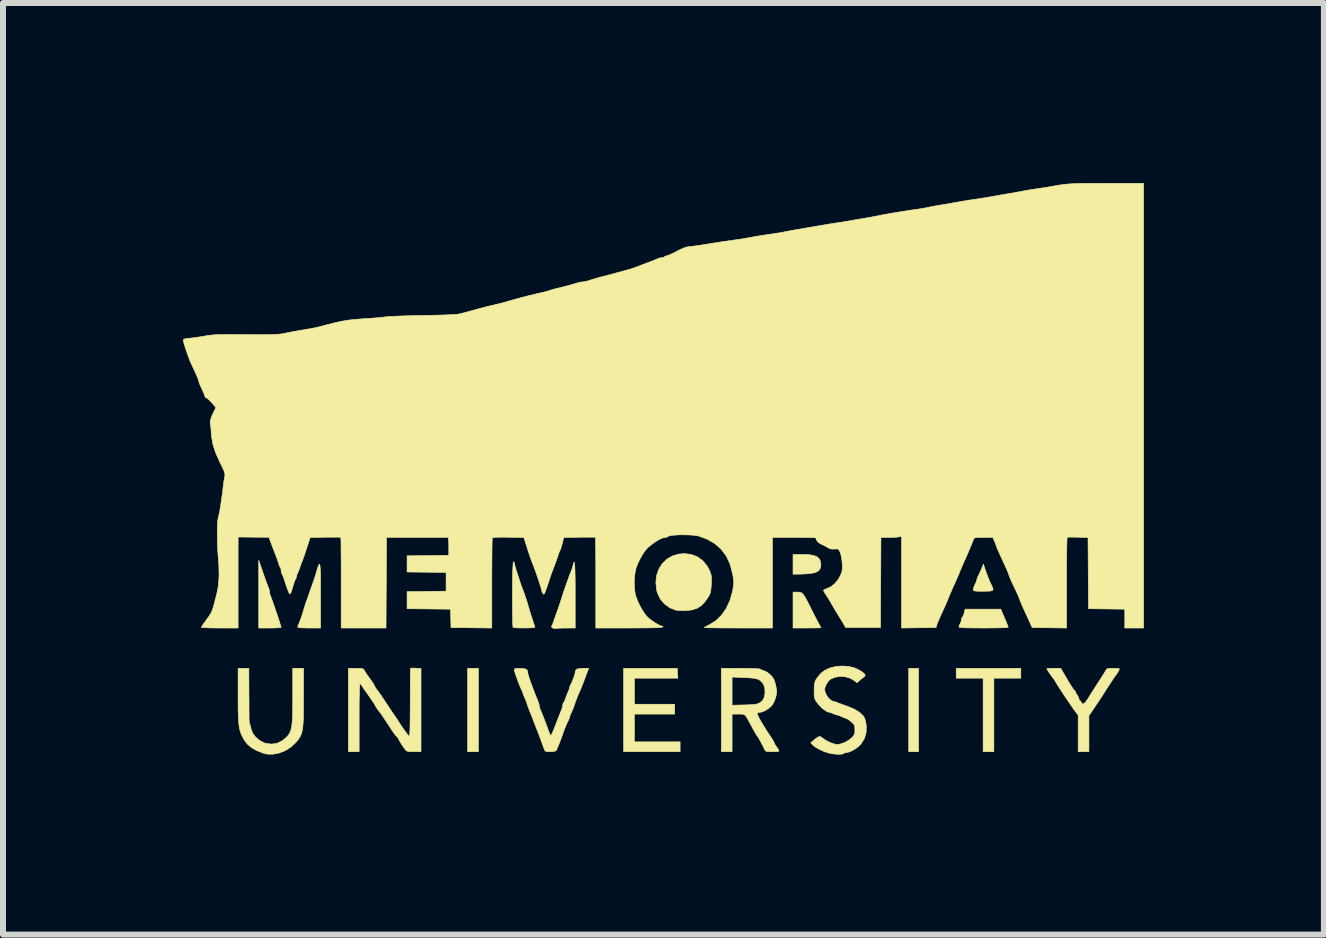
<source format=kicad_pcb>
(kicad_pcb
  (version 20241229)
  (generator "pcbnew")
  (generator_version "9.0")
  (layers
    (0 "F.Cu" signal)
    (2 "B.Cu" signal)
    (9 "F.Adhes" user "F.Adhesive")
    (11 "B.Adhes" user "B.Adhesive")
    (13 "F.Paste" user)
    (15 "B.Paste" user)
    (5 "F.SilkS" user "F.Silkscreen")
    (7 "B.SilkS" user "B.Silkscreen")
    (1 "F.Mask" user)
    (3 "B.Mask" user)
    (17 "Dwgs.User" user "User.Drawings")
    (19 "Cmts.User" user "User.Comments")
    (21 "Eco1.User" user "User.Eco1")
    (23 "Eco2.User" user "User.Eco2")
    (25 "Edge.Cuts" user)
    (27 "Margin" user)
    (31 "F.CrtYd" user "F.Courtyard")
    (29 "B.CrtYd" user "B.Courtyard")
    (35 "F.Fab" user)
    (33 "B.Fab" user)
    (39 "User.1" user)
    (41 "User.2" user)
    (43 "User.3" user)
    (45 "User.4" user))
  (footprint "munLogo"
    (layer "F.Cu")
    (at 8 4.756)
    (property "Reference" "munLogo" (at 0 0 0) (layer "F.SilkS") (effects (font (size 1.524 1.524) (thickness 0.3))))
    (attr through_hole)
    (fp_poly (pts (xy -3.078 4.721) (xy -3.257 4.721) (xy -3.257 3.332) (xy -3.078 3.332) (xy -3.078 4.721)) (stroke (width 0.01) (type solid)) (fill yes) (layer "F.SilkS"))
    (fp_poly (pts (xy 4.258 4.721) (xy 4.094 4.721) (xy 4.094 3.332) (xy 4.258 3.332) (xy 4.258 4.721)) (stroke (width 0.01) (type solid)) (fill yes) (layer "F.SilkS"))
    (fp_poly (pts (xy 5.962 3.496) (xy 5.513 3.496) (xy 5.513 4.721) (xy 5.334 4.721) (xy 5.334 3.496) (xy 4.886 3.496) (xy 4.886 3.332) (xy 5.962 3.332) (xy 5.962 3.496)) (stroke (width 0.01) (type solid)) (fill yes) (layer "F.SilkS"))
    (fp_poly (pts (xy 0.241 3.414) (xy 0.247 3.496) (xy -0.116 3.496) (xy -0.478 3.496) (xy -0.478 3.93) (xy 0.194 3.93) (xy 0.194 4.094) (xy -0.478 4.094) (xy -0.478 4.557) (xy 0.284 4.557) (xy 0.284 4.721) (xy -0.657 4.721) (xy -0.657 3.332) (xy 0.236 3.332) (xy 0.241 3.414)) (stroke (width 0.01) (type solid)) (fill yes) (layer "F.SilkS"))
    (fp_poly (pts (xy 2.431 1.438) (xy 2.513 1.452) (xy 2.571 1.476) (xy 2.607 1.512) (xy 2.626 1.562) (xy 2.63 1.607) (xy 2.623 1.657) (xy 2.602 1.695) (xy 2.562 1.724) (xy 2.503 1.743) (xy 2.42 1.755) (xy 2.311 1.761) (xy 2.275 1.762) (xy 2.166 1.763) (xy 2.166 1.434) (xy 2.324 1.434) (xy 2.431 1.438)) (stroke (width 0.01) (type solid)) (fill yes) (layer "F.SilkS"))
    (fp_poly (pts (xy 2.269 2.063) (xy 2.295 2.068) (xy 2.317 2.081) (xy 2.34 2.105) (xy 2.365 2.143) (xy 2.396 2.199) (xy 2.436 2.277) (xy 2.463 2.331) (xy 2.5 2.405) (xy 2.537 2.477) (xy 2.568 2.537) (xy 2.59 2.579) (xy 2.593 2.583) (xy 2.614 2.622) (xy 2.627 2.648) (xy 2.63 2.654) (xy 2.616 2.656) (xy 2.577 2.658) (xy 2.518 2.659) (xy 2.445 2.659) (xy 2.398 2.66) (xy 2.166 2.66) (xy 2.166 2.062) (xy 2.238 2.062) (xy 2.269 2.063)) (stroke (width 0.01) (type solid)) (fill yes) (layer "F.SilkS"))
    (fp_poly (pts (xy -6.664 1.748) (xy -6.637 1.825) (xy -6.612 1.894) (xy -6.592 1.948) (xy -6.578 1.983) (xy -6.574 1.991) (xy -6.562 2.026) (xy -6.559 2.054) (xy -6.553 2.095) (xy -6.545 2.118) (xy -6.536 2.139) (xy -6.52 2.182) (xy -6.499 2.242) (xy -6.474 2.313) (xy -6.449 2.388) (xy -6.423 2.464) (xy -6.4 2.533) (xy -6.382 2.591) (xy -6.369 2.631) (xy -6.365 2.649) (xy -6.379 2.653) (xy -6.417 2.656) (xy -6.474 2.659) (xy -6.544 2.66) (xy -6.552 2.66) (xy -6.738 2.66) (xy -6.738 2.095) (xy -6.738 1.531) (xy -6.664 1.748)) (stroke (width 0.01) (type solid)) (fill yes) (layer "F.SilkS"))
    (fp_poly (pts (xy 5.36 1.661) (xy 5.384 1.73) (xy 5.412 1.805) (xy 5.441 1.876) (xy 5.466 1.933) (xy 5.475 1.95) (xy 5.494 1.99) (xy 5.5 2.017) (xy 5.49 2.033) (xy 5.461 2.043) (xy 5.408 2.046) (xy 5.334 2.047) (xy 5.262 2.047) (xy 5.215 2.045) (xy 5.187 2.041) (xy 5.174 2.034) (xy 5.17 2.023) (xy 5.17 2.017) (xy 5.177 1.985) (xy 5.194 1.943) (xy 5.2 1.931) (xy 5.218 1.892) (xy 5.229 1.861) (xy 5.229 1.855) (xy 5.236 1.828) (xy 5.251 1.795) (xy 5.269 1.759) (xy 5.292 1.708) (xy 5.306 1.676) (xy 5.339 1.596) (xy 5.36 1.661)) (stroke (width 0.01) (type solid)) (fill yes) (layer "F.SilkS"))
    (fp_poly (pts (xy 5.69 2.491) (xy 5.716 2.552) (xy 5.736 2.603) (xy 5.749 2.637) (xy 5.752 2.648) (xy 5.738 2.651) (xy 5.698 2.654) (xy 5.635 2.656) (xy 5.554 2.658) (xy 5.458 2.659) (xy 5.352 2.66) (xy 5.341 2.66) (xy 5.214 2.659) (xy 5.114 2.658) (xy 5.039 2.657) (xy 4.986 2.654) (xy 4.952 2.65) (xy 4.935 2.645) (xy 4.931 2.641) (xy 4.938 2.615) (xy 4.953 2.585) (xy 4.969 2.545) (xy 4.975 2.514) (xy 4.98 2.488) (xy 4.987 2.48) (xy 4.998 2.467) (xy 5.011 2.434) (xy 5.017 2.413) (xy 5.035 2.346) (xy 5.628 2.346) (xy 5.69 2.491)) (stroke (width 0.01) (type solid)) (fill yes) (layer "F.SilkS"))
    (fp_poly (pts (xy -5.721 1.604) (xy -5.716 1.632) (xy -5.712 1.682) (xy -5.71 1.757) (xy -5.709 1.857) (xy -5.708 1.984) (xy -5.708 2.11) (xy -5.708 2.66) (xy -5.892 2.66) (xy -5.963 2.659) (xy -6.023 2.657) (xy -6.066 2.654) (xy -6.085 2.651) (xy -6.085 2.65) (xy -6.087 2.631) (xy -6.082 2.617) (xy -6.063 2.574) (xy -6.04 2.513) (xy -6.015 2.442) (xy -5.993 2.371) (xy -5.983 2.338) (xy -5.967 2.284) (xy -5.952 2.236) (xy -5.943 2.211) (xy -5.928 2.172) (xy -5.911 2.124) (xy -5.908 2.114) (xy -5.893 2.069) (xy -5.871 2.009) (xy -5.85 1.95) (xy -5.824 1.878) (xy -5.798 1.799) (xy -5.781 1.742) (xy -5.763 1.682) (xy -5.749 1.637) (xy -5.737 1.608) (xy -5.728 1.596) (xy -5.721 1.604)) (stroke (width 0.01) (type solid)) (fill yes) (layer "F.SilkS"))
    (fp_poly (pts (xy 0.466 1.433) (xy 0.571 1.473) (xy 0.661 1.538) (xy 0.734 1.626) (xy 0.769 1.69) (xy 0.788 1.736) (xy 0.8 1.774) (xy 0.806 1.814) (xy 0.806 1.866) (xy 0.804 1.928) (xy 0.799 2.003) (xy 0.791 2.056) (xy 0.78 2.095) (xy 0.762 2.13) (xy 0.761 2.131) (xy 0.698 2.223) (xy 0.634 2.289) (xy 0.563 2.333) (xy 0.479 2.359) (xy 0.381 2.369) (xy 0.317 2.37) (xy 0.259 2.368) (xy 0.217 2.363) (xy 0.214 2.362) (xy 0.11 2.321) (xy 0.021 2.256) (xy -0.049 2.171) (xy -0.095 2.071) (xy -0.106 2.03) (xy -0.12 1.905) (xy -0.108 1.788) (xy -0.073 1.683) (xy -0.016 1.591) (xy 0.059 1.516) (xy 0.152 1.46) (xy 0.26 1.428) (xy 0.349 1.42) (xy 0.466 1.433)) (stroke (width 0.01) (type solid)) (fill yes) (layer "F.SilkS"))
    (fp_poly (pts (xy -1.478 1.572) (xy -1.473 1.602) (xy -1.47 1.657) (xy -1.467 1.737) (xy -1.465 1.844) (xy -1.464 1.979) (xy -1.464 2.106) (xy -1.464 2.66) (xy -1.61 2.66) (xy -1.676 2.661) (xy -1.733 2.663) (xy -1.774 2.665) (xy -1.785 2.667) (xy -1.823 2.666) (xy -1.842 2.658) (xy -1.86 2.639) (xy -1.855 2.625) (xy -1.841 2.599) (xy -1.827 2.56) (xy -1.825 2.555) (xy -1.812 2.514) (xy -1.792 2.458) (xy -1.77 2.398) (xy -1.77 2.398) (xy -1.745 2.328) (xy -1.718 2.248) (xy -1.695 2.177) (xy -1.673 2.107) (xy -1.645 2.024) (xy -1.615 1.937) (xy -1.585 1.853) (xy -1.558 1.779) (xy -1.536 1.723) (xy -1.53 1.708) (xy -1.512 1.66) (xy -1.5 1.615) (xy -1.491 1.579) (xy -1.484 1.564) (xy -1.478 1.572)) (stroke (width 0.01) (type solid)) (fill yes) (layer "F.SilkS"))
    (fp_poly (pts (xy -2.478 1.58) (xy -2.473 1.602) (xy -2.465 1.636) (xy -2.449 1.689) (xy -2.428 1.755) (xy -2.405 1.826) (xy -2.383 1.895) (xy -2.363 1.952) (xy -2.348 1.992) (xy -2.347 1.995) (xy -2.328 2.044) (xy -2.304 2.112) (xy -2.278 2.19) (xy -2.254 2.267) (xy -2.242 2.311) (xy -2.221 2.38) (xy -2.197 2.458) (xy -2.175 2.525) (xy -2.157 2.579) (xy -2.143 2.621) (xy -2.137 2.646) (xy -2.137 2.648) (xy -2.15 2.652) (xy -2.187 2.656) (xy -2.24 2.658) (xy -2.301 2.659) (xy -2.364 2.659) (xy -2.423 2.658) (xy -2.469 2.655) (xy -2.496 2.651) (xy -2.5 2.649) (xy -2.503 2.632) (xy -2.505 2.589) (xy -2.507 2.523) (xy -2.508 2.437) (xy -2.509 2.335) (xy -2.51 2.219) (xy -2.51 2.096) (xy -2.509 1.938) (xy -2.508 1.808) (xy -2.505 1.706) (xy -2.502 1.63) (xy -2.498 1.581) (xy -2.492 1.557) (xy -2.486 1.557) (xy -2.478 1.58)) (stroke (width 0.01) (type solid)) (fill yes) (layer "F.SilkS"))
    (fp_poly (pts (xy -6.901 3.78) (xy -6.9 3.91) (xy -6.9 4.013) (xy -6.899 4.093) (xy -6.899 4.152) (xy -6.898 4.195) (xy -6.896 4.224) (xy -6.895 4.242) (xy -6.892 4.253) (xy -6.889 4.26) (xy -6.886 4.266) (xy -6.878 4.289) (xy -6.869 4.329) (xy -6.866 4.342) (xy -6.841 4.41) (xy -6.793 4.475) (xy -6.729 4.531) (xy -6.654 4.571) (xy -6.627 4.58) (xy -6.528 4.595) (xy -6.434 4.582) (xy -6.35 4.541) (xy -6.339 4.533) (xy -6.298 4.5) (xy -6.263 4.468) (xy -6.236 4.433) (xy -6.214 4.393) (xy -6.198 4.345) (xy -6.186 4.284) (xy -6.179 4.207) (xy -6.174 4.113) (xy -6.172 3.996) (xy -6.171 3.854) (xy -6.171 3.788) (xy -6.171 3.332) (xy -5.991 3.332) (xy -5.992 3.821) (xy -5.992 3.972) (xy -5.993 4.096) (xy -5.996 4.197) (xy -6.001 4.279) (xy -6.009 4.344) (xy -6.02 4.397) (xy -6.035 4.441) (xy -6.054 4.48) (xy -6.079 4.516) (xy -6.109 4.554) (xy -6.12 4.567) (xy -6.2 4.642) (xy -6.294 4.702) (xy -6.397 4.743) (xy -6.501 4.763) (xy -6.6 4.761) (xy -6.656 4.748) (xy -6.769 4.704) (xy -6.858 4.654) (xy -6.927 4.595) (xy -6.982 4.522) (xy -7.012 4.466) (xy -7.031 4.425) (xy -7.046 4.383) (xy -7.058 4.337) (xy -7.067 4.283) (xy -7.073 4.217) (xy -7.078 4.136) (xy -7.081 4.036) (xy -7.082 3.913) (xy -7.082 3.778) (xy -7.082 3.332) (xy -6.903 3.332) (xy -6.901 3.78)) (stroke (width 0.01) (type solid)) (fill yes) (layer "F.SilkS"))
    (fp_poly (pts (xy 6.737 3.519) (xy 6.776 3.585) (xy 6.812 3.641) (xy 6.839 3.682) (xy 6.856 3.703) (xy 6.86 3.705) (xy 6.872 3.717) (xy 6.873 3.724) (xy 6.882 3.748) (xy 6.903 3.78) (xy 6.924 3.815) (xy 6.932 3.844) (xy 6.939 3.866) (xy 6.947 3.87) (xy 6.962 3.882) (xy 6.97 3.9) (xy 6.986 3.924) (xy 7.009 3.923) (xy 7.041 3.894) (xy 7.081 3.838) (xy 7.107 3.795) (xy 7.131 3.756) (xy 7.167 3.7) (xy 7.209 3.634) (xy 7.254 3.565) (xy 7.255 3.563) (xy 7.297 3.499) (xy 7.334 3.441) (xy 7.362 3.395) (xy 7.379 3.367) (xy 7.379 3.365) (xy 7.392 3.348) (xy 7.411 3.337) (xy 7.445 3.333) (xy 7.501 3.332) (xy 7.501 3.332) (xy 7.552 3.333) (xy 7.59 3.336) (xy 7.605 3.34) (xy 7.605 3.34) (xy 7.598 3.361) (xy 7.581 3.392) (xy 7.563 3.422) (xy 7.558 3.428) (xy 7.543 3.449) (xy 7.515 3.488) (xy 7.48 3.54) (xy 7.442 3.599) (xy 7.403 3.657) (xy 7.37 3.709) (xy 7.345 3.748) (xy 7.336 3.762) (xy 7.319 3.79) (xy 7.29 3.835) (xy 7.251 3.893) (xy 7.208 3.957) (xy 7.205 3.961) (xy 7.097 4.121) (xy 7.097 4.721) (xy 6.918 4.721) (xy 6.918 4.113) (xy 6.868 4.047) (xy 6.842 4.012) (xy 6.807 3.961) (xy 6.765 3.899) (xy 6.719 3.832) (xy 6.673 3.763) (xy 6.63 3.697) (xy 6.593 3.64) (xy 6.564 3.595) (xy 6.547 3.567) (xy 6.544 3.56) (xy 6.536 3.544) (xy 6.515 3.513) (xy 6.503 3.498) (xy 6.466 3.448) (xy 6.433 3.401) (xy 6.408 3.363) (xy 6.395 3.341) (xy 6.395 3.339) (xy 6.409 3.335) (xy 6.445 3.333) (xy 6.497 3.332) (xy 6.511 3.332) (xy 6.627 3.332) (xy 6.737 3.519)) (stroke (width 0.01) (type solid)) (fill yes) (layer "F.SilkS"))
    (fp_poly (pts (xy 1.389 3.333) (xy 1.474 3.334) (xy 1.544 3.337) (xy 1.593 3.34) (xy 1.618 3.344) (xy 1.62 3.346) (xy 1.64 3.358) (xy 1.675 3.369) (xy 1.675 3.37) (xy 1.723 3.39) (xy 1.775 3.428) (xy 1.821 3.475) (xy 1.844 3.51) (xy 1.858 3.546) (xy 1.873 3.598) (xy 1.882 3.637) (xy 1.892 3.694) (xy 1.892 3.741) (xy 1.882 3.794) (xy 1.876 3.818) (xy 1.855 3.878) (xy 1.828 3.93) (xy 1.811 3.954) (xy 1.757 4.001) (xy 1.697 4.039) (xy 1.639 4.061) (xy 1.613 4.064) (xy 1.579 4.07) (xy 1.569 4.089) (xy 1.577 4.113) (xy 1.599 4.158) (xy 1.634 4.22) (xy 1.678 4.293) (xy 1.728 4.374) (xy 1.784 4.458) (xy 1.816 4.507) (xy 1.84 4.547) (xy 1.852 4.572) (xy 1.853 4.575) (xy 1.861 4.595) (xy 1.881 4.627) (xy 1.888 4.636) (xy 1.918 4.678) (xy 1.931 4.704) (xy 1.923 4.716) (xy 1.891 4.721) (xy 1.833 4.721) (xy 1.827 4.721) (xy 1.768 4.72) (xy 1.731 4.717) (xy 1.71 4.709) (xy 1.698 4.694) (xy 1.695 4.688) (xy 1.665 4.627) (xy 1.633 4.567) (xy 1.605 4.515) (xy 1.583 4.478) (xy 1.575 4.467) (xy 1.564 4.453) (xy 1.55 4.431) (xy 1.531 4.397) (xy 1.503 4.348) (xy 1.466 4.279) (xy 1.44 4.233) (xy 1.407 4.171) (xy 1.382 4.131) (xy 1.359 4.108) (xy 1.333 4.097) (xy 1.297 4.094) (xy 1.253 4.094) (xy 1.15 4.094) (xy 1.15 4.721) (xy 0.971 4.721) (xy 0.971 3.947) (xy 1.15 3.947) (xy 1.356 3.942) (xy 1.444 3.939) (xy 1.507 3.935) (xy 1.552 3.929) (xy 1.584 3.92) (xy 1.607 3.909) (xy 1.652 3.875) (xy 1.68 3.832) (xy 1.695 3.773) (xy 1.699 3.743) (xy 1.696 3.658) (xy 1.668 3.587) (xy 1.617 3.533) (xy 1.606 3.526) (xy 1.58 3.513) (xy 1.547 3.503) (xy 1.503 3.496) (xy 1.44 3.49) (xy 1.354 3.486) (xy 1.353 3.486) (xy 1.15 3.477) (xy 1.15 3.947) (xy 0.971 3.947) (xy 0.971 3.332) (xy 1.292 3.332) (xy 1.389 3.333)) (stroke (width 0.01) (type solid)) (fill yes) (layer "F.SilkS"))
    (fp_poly (pts (xy -4.118 3.33) (xy -4.034 3.335) (xy -4.034 4.721) (xy -4.15 4.721) (xy -4.213 4.72) (xy -4.254 4.715) (xy -4.278 4.705) (xy -4.289 4.695) (xy -4.323 4.649) (xy -4.36 4.594) (xy -4.392 4.541) (xy -4.409 4.508) (xy -4.425 4.479) (xy -4.439 4.467) (xy -4.452 4.456) (xy -4.476 4.425) (xy -4.506 4.381) (xy -4.511 4.374) (xy -4.574 4.278) (xy -4.628 4.196) (xy -4.671 4.132) (xy -4.701 4.088) (xy -4.718 4.066) (xy -4.72 4.064) (xy -4.735 4.046) (xy -4.757 4.016) (xy -4.779 3.983) (xy -4.794 3.958) (xy -4.796 3.952) (xy -4.804 3.938) (xy -4.825 3.905) (xy -4.854 3.861) (xy -4.888 3.812) (xy -4.921 3.764) (xy -4.95 3.723) (xy -4.969 3.697) (xy -4.975 3.69) (xy -4.987 3.673) (xy -5.006 3.642) (xy -5.008 3.639) (xy -5.029 3.607) (xy -5.048 3.589) (xy -5.049 3.589) (xy -5.053 3.598) (xy -5.057 3.631) (xy -5.06 3.687) (xy -5.062 3.769) (xy -5.064 3.878) (xy -5.065 4.014) (xy -5.065 4.152) (xy -5.065 4.721) (xy -5.244 4.721) (xy -5.244 3.332) (xy -5.12 3.332) (xy -5.058 3.333) (xy -5.02 3.336) (xy -4.997 3.343) (xy -4.985 3.355) (xy -4.979 3.365) (xy -4.963 3.393) (xy -4.935 3.436) (xy -4.899 3.487) (xy -4.887 3.502) (xy -4.853 3.55) (xy -4.826 3.59) (xy -4.812 3.615) (xy -4.811 3.619) (xy -4.803 3.638) (xy -4.781 3.671) (xy -4.763 3.697) (xy -4.741 3.726) (xy -4.723 3.751) (xy -4.705 3.775) (xy -4.684 3.806) (xy -4.656 3.848) (xy -4.617 3.908) (xy -4.597 3.937) (xy -4.555 4) (xy -4.513 4.064) (xy -4.476 4.118) (xy -4.467 4.131) (xy -4.436 4.176) (xy -4.411 4.213) (xy -4.4 4.231) (xy -4.373 4.275) (xy -4.339 4.325) (xy -4.303 4.375) (xy -4.269 4.42) (xy -4.243 4.452) (xy -4.228 4.467) (xy -4.227 4.467) (xy -4.224 4.453) (xy -4.221 4.412) (xy -4.218 4.347) (xy -4.216 4.261) (xy -4.215 4.159) (xy -4.214 4.041) (xy -4.213 3.913) (xy -4.213 3.902) (xy -4.213 3.775) (xy -4.213 3.658) (xy -4.212 3.553) (xy -4.211 3.465) (xy -4.21 3.397) (xy -4.209 3.351) (xy -4.207 3.331) (xy -4.207 3.331) (xy -4.19 3.328) (xy -4.153 3.328) (xy -4.118 3.33)) (stroke (width 0.01) (type solid)) (fill yes) (layer "F.SilkS"))
    (fp_poly (pts (xy 3.088 3.3) (xy 3.188 3.323) (xy 3.274 3.364) (xy 3.275 3.364) (xy 3.33 3.401) (xy 3.36 3.428) (xy 3.369 3.448) (xy 3.359 3.464) (xy 3.359 3.465) (xy 3.336 3.483) (xy 3.301 3.512) (xy 3.284 3.526) (xy 3.229 3.572) (xy 3.191 3.539) (xy 3.124 3.498) (xy 3.044 3.474) (xy 2.958 3.467) (xy 2.874 3.478) (xy 2.802 3.506) (xy 2.77 3.529) (xy 2.743 3.561) (xy 2.717 3.606) (xy 2.711 3.617) (xy 2.695 3.662) (xy 2.694 3.7) (xy 2.702 3.732) (xy 2.726 3.784) (xy 2.761 3.832) (xy 2.802 3.868) (xy 2.841 3.884) (xy 2.846 3.885) (xy 2.878 3.892) (xy 2.895 3.899) (xy 2.92 3.91) (xy 2.966 3.927) (xy 3.025 3.948) (xy 3.063 3.961) (xy 3.178 4.008) (xy 3.268 4.061) (xy 3.332 4.12) (xy 3.356 4.157) (xy 3.369 4.195) (xy 3.381 4.249) (xy 3.387 4.294) (xy 3.384 4.406) (xy 3.353 4.507) (xy 3.294 4.598) (xy 3.294 4.598) (xy 3.249 4.641) (xy 3.192 4.681) (xy 3.131 4.714) (xy 3.077 4.733) (xy 3.053 4.736) (xy 3.023 4.742) (xy 3.011 4.751) (xy 2.99 4.76) (xy 2.948 4.764) (xy 2.893 4.763) (xy 2.832 4.757) (xy 2.773 4.746) (xy 2.757 4.742) (xy 2.681 4.717) (xy 2.606 4.683) (xy 2.542 4.646) (xy 2.496 4.611) (xy 2.495 4.609) (xy 2.461 4.573) (xy 2.51 4.532) (xy 2.559 4.492) (xy 2.593 4.472) (xy 2.619 4.469) (xy 2.644 4.482) (xy 2.663 4.498) (xy 2.706 4.528) (xy 2.763 4.559) (xy 2.825 4.584) (xy 2.88 4.599) (xy 2.904 4.602) (xy 2.961 4.592) (xy 3.028 4.567) (xy 3.093 4.531) (xy 3.141 4.494) (xy 3.174 4.458) (xy 3.191 4.428) (xy 3.197 4.389) (xy 3.197 4.357) (xy 3.196 4.308) (xy 3.187 4.276) (xy 3.165 4.249) (xy 3.135 4.222) (xy 3.098 4.192) (xy 3.068 4.173) (xy 3.057 4.168) (xy 3.034 4.162) (xy 2.997 4.146) (xy 2.981 4.139) (xy 2.939 4.121) (xy 2.906 4.11) (xy 2.899 4.109) (xy 2.87 4.102) (xy 2.833 4.086) (xy 2.796 4.07) (xy 2.766 4.064) (xy 2.73 4.052) (xy 2.683 4.021) (xy 2.632 3.978) (xy 2.586 3.927) (xy 2.571 3.908) (xy 2.545 3.871) (xy 2.53 3.841) (xy 2.521 3.808) (xy 2.518 3.764) (xy 2.518 3.699) (xy 2.518 3.698) (xy 2.519 3.626) (xy 2.527 3.572) (xy 2.544 3.527) (xy 2.575 3.481) (xy 2.623 3.424) (xy 2.626 3.42) (xy 2.692 3.367) (xy 2.777 3.327) (xy 2.877 3.302) (xy 2.982 3.293) (xy 3.088 3.3)) (stroke (width 0.01) (type solid)) (fill yes) (layer "F.SilkS"))
    (fp_poly (pts (xy -1.261 3.388) (xy -1.278 3.431) (xy -1.299 3.489) (xy -1.322 3.549) (xy -1.343 3.604) (xy -1.362 3.652) (xy -1.374 3.682) (xy -1.375 3.683) (xy -1.411 3.766) (xy -1.437 3.829) (xy -1.457 3.88) (xy -1.472 3.926) (xy -1.475 3.935) (xy -1.494 3.991) (xy -1.517 4.045) (xy -1.525 4.063) (xy -1.544 4.1) (xy -1.553 4.128) (xy -1.554 4.132) (xy -1.56 4.157) (xy -1.575 4.192) (xy -1.575 4.192) (xy -1.607 4.26) (xy -1.635 4.327) (xy -1.657 4.382) (xy -1.666 4.408) (xy -1.679 4.449) (xy -1.699 4.503) (xy -1.722 4.563) (xy -1.745 4.62) (xy -1.765 4.668) (xy -1.779 4.698) (xy -1.782 4.703) (xy -1.806 4.714) (xy -1.851 4.72) (xy -1.881 4.721) (xy -1.929 4.72) (xy -1.956 4.715) (xy -1.971 4.7) (xy -1.982 4.673) (xy -2.02 4.569) (xy -2.057 4.469) (xy -2.09 4.381) (xy -2.118 4.312) (xy -2.121 4.303) (xy -2.144 4.245) (xy -2.166 4.188) (xy -2.176 4.161) (xy -2.195 4.11) (xy -2.215 4.063) (xy -2.218 4.057) (xy -2.234 4.016) (xy -2.253 3.963) (xy -2.264 3.93) (xy -2.28 3.882) (xy -2.294 3.846) (xy -2.301 3.832) (xy -2.312 3.81) (xy -2.327 3.771) (xy -2.331 3.758) (xy -2.345 3.717) (xy -2.358 3.688) (xy -2.361 3.683) (xy -2.372 3.661) (xy -2.39 3.618) (xy -2.412 3.562) (xy -2.434 3.501) (xy -2.455 3.442) (xy -2.471 3.393) (xy -2.479 3.361) (xy -2.48 3.355) (xy -2.474 3.342) (xy -2.452 3.335) (xy -2.408 3.332) (xy -2.386 3.332) (xy -2.321 3.336) (xy -2.28 3.348) (xy -2.26 3.371) (xy -2.256 3.399) (xy -2.251 3.427) (xy -2.236 3.477) (xy -2.214 3.543) (xy -2.186 3.621) (xy -2.155 3.703) (xy -2.123 3.786) (xy -2.091 3.863) (xy -2.086 3.874) (xy -2.071 3.918) (xy -2.062 3.954) (xy -2.062 3.96) (xy -2.054 3.999) (xy -2.047 4.016) (xy -2.036 4.041) (xy -2.016 4.088) (xy -1.991 4.152) (xy -1.962 4.227) (xy -1.932 4.308) (xy -1.903 4.388) (xy -1.903 4.389) (xy -1.887 4.427) (xy -1.873 4.45) (xy -1.869 4.452) (xy -1.86 4.439) (xy -1.843 4.403) (xy -1.82 4.349) (xy -1.794 4.282) (xy -1.786 4.262) (xy -1.758 4.188) (xy -1.731 4.12) (xy -1.71 4.066) (xy -1.695 4.032) (xy -1.694 4.028) (xy -1.679 3.986) (xy -1.673 3.951) (xy -1.668 3.92) (xy -1.66 3.908) (xy -1.647 3.889) (xy -1.632 3.853) (xy -1.628 3.843) (xy -1.611 3.793) (xy -1.588 3.737) (xy -1.582 3.724) (xy -1.565 3.682) (xy -1.555 3.649) (xy -1.554 3.641) (xy -1.548 3.616) (xy -1.544 3.611) (xy -1.531 3.589) (xy -1.512 3.547) (xy -1.493 3.497) (xy -1.476 3.448) (xy -1.466 3.41) (xy -1.464 3.398) (xy -1.457 3.365) (xy -1.433 3.344) (xy -1.387 3.334) (xy -1.334 3.332) (xy -1.24 3.332) (xy -1.261 3.388)) (stroke (width 0.01) (type solid)) (fill yes) (layer "F.SilkS"))
    (fp_poly (pts (xy 8.008 2.66) (xy 7.695 2.66) (xy 7.695 2.346) (xy 7.09 2.338) (xy 7.086 1.746) (xy 7.082 1.153) (xy 6.914 1.147) (xy 6.846 1.146) (xy 6.789 1.145) (xy 6.749 1.146) (xy 6.735 1.147) (xy 6.733 1.163) (xy 6.731 1.205) (xy 6.729 1.272) (xy 6.727 1.36) (xy 6.726 1.467) (xy 6.725 1.589) (xy 6.724 1.724) (xy 6.724 1.869) (xy 6.724 1.906) (xy 6.724 2.66) (xy 6.438 2.656) (xy 6.152 2.652) (xy 6.049 2.428) (xy 6.015 2.353) (xy 5.985 2.287) (xy 5.963 2.235) (xy 5.949 2.202) (xy 5.947 2.193) (xy 5.94 2.173) (xy 5.924 2.133) (xy 5.899 2.077) (xy 5.868 2.011) (xy 5.834 1.94) (xy 5.82 1.912) (xy 5.795 1.857) (xy 5.773 1.802) (xy 5.767 1.785) (xy 5.751 1.741) (xy 5.727 1.683) (xy 5.7 1.623) (xy 5.7 1.621) (xy 5.653 1.521) (xy 5.618 1.445) (xy 5.593 1.388) (xy 5.574 1.346) (xy 5.562 1.317) (xy 5.555 1.296) (xy 5.551 1.285) (xy 5.537 1.245) (xy 5.518 1.2) (xy 5.517 1.199) (xy 5.495 1.15) (xy 5.339 1.15) (xy 5.268 1.151) (xy 5.222 1.153) (xy 5.195 1.158) (xy 5.181 1.167) (xy 5.176 1.177) (xy 5.165 1.206) (xy 5.145 1.257) (xy 5.118 1.32) (xy 5.089 1.391) (xy 5.059 1.46) (xy 5.031 1.523) (xy 5.02 1.546) (xy 4.994 1.605) (xy 4.963 1.678) (xy 4.934 1.748) (xy 4.931 1.756) (xy 4.904 1.819) (xy 4.879 1.878) (xy 4.858 1.923) (xy 4.855 1.93) (xy 4.837 1.969) (xy 4.812 2.026) (xy 4.785 2.09) (xy 4.773 2.117) (xy 4.751 2.173) (xy 4.731 2.22) (xy 4.711 2.265) (xy 4.689 2.316) (xy 4.66 2.38) (xy 4.622 2.462) (xy 4.617 2.473) (xy 4.594 2.527) (xy 4.573 2.578) (xy 4.563 2.607) (xy 4.549 2.652) (xy 3.974 2.66) (xy 3.974 1.132) (xy 3.928 1.141) (xy 3.891 1.146) (xy 3.834 1.149) (xy 3.77 1.15) (xy 3.756 1.15) (xy 3.631 1.15) (xy 3.627 1.901) (xy 3.623 2.652) (xy 3.043 2.652) (xy 3.012 2.597) (xy 2.989 2.558) (xy 2.956 2.504) (xy 2.92 2.446) (xy 2.914 2.435) (xy 2.876 2.375) (xy 2.84 2.314) (xy 2.812 2.264) (xy 2.809 2.259) (xy 2.777 2.203) (xy 2.739 2.143) (xy 2.723 2.119) (xy 2.696 2.078) (xy 2.679 2.046) (xy 2.674 2.034) (xy 2.687 2.02) (xy 2.719 2.006) (xy 2.728 2.004) (xy 2.799 1.971) (xy 2.868 1.915) (xy 2.925 1.842) (xy 2.95 1.797) (xy 2.97 1.752) (xy 2.982 1.715) (xy 2.987 1.674) (xy 2.987 1.619) (xy 2.985 1.576) (xy 2.974 1.475) (xy 2.951 1.395) (xy 2.912 1.328) (xy 2.854 1.266) (xy 2.844 1.258) (xy 2.808 1.229) (xy 2.773 1.205) (xy 2.736 1.186) (xy 2.693 1.173) (xy 2.641 1.163) (xy 2.574 1.157) (xy 2.49 1.153) (xy 2.385 1.151) (xy 2.254 1.15) (xy 2.23 1.15) (xy 1.823 1.15) (xy 1.823 2.66) (xy 1.255 2.66) (xy 1.128 2.659) (xy 1.011 2.659) (xy 0.907 2.658) (xy 0.82 2.657) (xy 0.752 2.656) (xy 0.707 2.654) (xy 0.688 2.653) (xy 0.687 2.652) (xy 0.7 2.643) (xy 0.732 2.625) (xy 0.772 2.606) (xy 0.879 2.539) (xy 0.974 2.447) (xy 1.053 2.334) (xy 1.114 2.203) (xy 1.156 2.057) (xy 1.161 2.032) (xy 1.172 1.966) (xy 1.178 1.916) (xy 1.177 1.871) (xy 1.17 1.818) (xy 1.158 1.752) (xy 1.117 1.596) (xy 1.054 1.461) (xy 0.969 1.347) (xy 0.863 1.253) (xy 0.735 1.179) (xy 0.594 1.127) (xy 0.545 1.118) (xy 0.479 1.111) (xy 0.403 1.108) (xy 0.323 1.106) (xy 0.246 1.108) (xy 0.177 1.113) (xy 0.123 1.119) (xy 0.091 1.129) (xy 0.087 1.132) (xy 0.058 1.147) (xy 0.034 1.15) (xy -0.017 1.162) (xy -0.084 1.195) (xy -0.164 1.248) (xy -0.249 1.316) (xy -0.291 1.361) (xy -0.336 1.426) (xy -0.381 1.503) (xy -0.42 1.583) (xy -0.449 1.659) (xy -0.455 1.679) (xy -0.473 1.777) (xy -0.481 1.886) (xy -0.478 1.994) (xy -0.464 2.091) (xy -0.456 2.122) (xy -0.425 2.207) (xy -0.383 2.295) (xy -0.335 2.378) (xy -0.286 2.448) (xy -0.251 2.486) (xy -0.211 2.519) (xy -0.16 2.555) (xy -0.107 2.589) (xy -0.061 2.614) (xy -0.036 2.624) (xy -0.008 2.633) (xy 0.000399 2.64) (xy -0.012 2.646) (xy -0.046 2.65) (xy -0.104 2.654) (xy -0.187 2.657) (xy -0.296 2.658) (xy -0.432 2.659) (xy -0.56 2.66) (xy -1.121 2.66) (xy -1.121 1.907) (xy -1.121 1.76) (xy -1.121 1.623) (xy -1.122 1.497) (xy -1.122 1.386) (xy -1.123 1.294) (xy -1.124 1.221) (xy -1.125 1.173) (xy -1.126 1.15) (xy -1.127 1.149) (xy -1.143 1.147) (xy -1.184 1.146) (xy -1.245 1.146) (xy -1.322 1.146) (xy -1.394 1.147) (xy -1.655 1.152) (xy -1.68 1.252) (xy -1.695 1.304) (xy -1.708 1.346) (xy -1.717 1.367) (xy -1.729 1.39) (xy -1.743 1.429) (xy -1.747 1.442) (xy -1.765 1.497) (xy -1.79 1.565) (xy -1.815 1.634) (xy -1.837 1.69) (xy -1.839 1.696) (xy -1.85 1.724) (xy -1.867 1.771) (xy -1.886 1.828) (xy -1.889 1.838) (xy -1.92 1.932) (xy -1.943 2.001) (xy -1.961 2.048) (xy -1.973 2.077) (xy -1.983 2.092) (xy -1.991 2.095) (xy -1.999 2.089) (xy -1.999 2.089) (xy -2.015 2.065) (xy -2.017 2.055) (xy -2.022 2.032) (xy -2.034 1.988) (xy -2.053 1.928) (xy -2.075 1.859) (xy -2.1 1.787) (xy -2.124 1.718) (xy -2.146 1.659) (xy -2.146 1.659) (xy -2.168 1.6) (xy -2.19 1.545) (xy -2.203 1.509) (xy -2.216 1.473) (xy -2.235 1.416) (xy -2.257 1.349) (xy -2.271 1.304) (xy -2.319 1.152) (xy -2.579 1.147) (xy -2.677 1.146) (xy -2.749 1.147) (xy -2.798 1.149) (xy -2.828 1.153) (xy -2.843 1.159) (xy -2.846 1.163) (xy -2.848 1.181) (xy -2.849 1.227) (xy -2.85 1.296) (xy -2.851 1.387) (xy -2.852 1.495) (xy -2.853 1.619) (xy -2.854 1.755) (xy -2.854 1.9) (xy -2.854 1.921) (xy -2.854 2.66) (xy -3.194 2.656) (xy -3.534 2.652) (xy -3.538 2.499) (xy -3.542 2.346) (xy -4.266 2.338) (xy -4.266 2.054) (xy -3.941 2.05) (xy -3.616 2.046) (xy -3.616 1.734) (xy -3.941 1.73) (xy -4.266 1.726) (xy -4.266 1.457) (xy -3.918 1.453) (xy -3.571 1.449) (xy -3.571 1.3) (xy -3.572 1.23) (xy -3.576 1.18) (xy -3.582 1.153) (xy -3.586 1.15) (xy -3.604 1.15) (xy -3.648 1.15) (xy -3.715 1.15) (xy -3.801 1.15) (xy -3.903 1.15) (xy -4.017 1.15) (xy -4.105 1.15) (xy -4.609 1.15) (xy -4.613 1.905) (xy -4.617 2.66) (xy -5.364 2.66) (xy -5.364 1.907) (xy -5.364 1.76) (xy -5.364 1.623) (xy -5.365 1.497) (xy -5.366 1.386) (xy -5.366 1.294) (xy -5.367 1.221) (xy -5.369 1.173) (xy -5.37 1.15) (xy -5.37 1.149) (xy -5.386 1.147) (xy -5.427 1.146) (xy -5.488 1.146) (xy -5.564 1.146) (xy -5.629 1.147) (xy -5.881 1.152) (xy -5.938 1.327) (xy -5.962 1.399) (xy -5.984 1.465) (xy -6.003 1.517) (xy -6.014 1.546) (xy -6.032 1.592) (xy -6.05 1.644) (xy -6.052 1.649) (xy -6.069 1.698) (xy -6.088 1.741) (xy -6.09 1.746) (xy -6.105 1.783) (xy -6.111 1.811) (xy -6.118 1.837) (xy -6.124 1.844) (xy -6.134 1.861) (xy -6.148 1.9) (xy -6.165 1.954) (xy -6.172 1.979) (xy -6.192 2.045) (xy -6.208 2.083) (xy -6.221 2.092) (xy -6.223 2.091) (xy -6.238 2.065) (xy -6.259 2.013) (xy -6.286 1.936) (xy -6.315 1.845) (xy -6.331 1.8) (xy -6.345 1.766) (xy -6.352 1.756) (xy -6.362 1.732) (xy -6.365 1.701) (xy -6.369 1.668) (xy -6.378 1.652) (xy -6.391 1.633) (xy -6.401 1.603) (xy -6.413 1.563) (xy -6.433 1.505) (xy -6.457 1.439) (xy -6.483 1.375) (xy -6.489 1.36) (xy -6.502 1.325) (xy -6.521 1.275) (xy -6.536 1.235) (xy -6.567 1.148) (xy -6.824 1.146) (xy -7.082 1.143) (xy -7.082 2.66) (xy -7.388 2.66) (xy -7.48 2.659) (xy -7.561 2.658) (xy -7.627 2.655) (xy -7.672 2.652) (xy -7.694 2.649) (xy -7.695 2.648) (xy -7.686 2.632) (xy -7.664 2.598) (xy -7.631 2.553) (xy -7.616 2.532) (xy -7.567 2.464) (xy -7.533 2.408) (xy -7.509 2.355) (xy -7.49 2.294) (xy -7.487 2.279) (xy -7.475 2.235) (xy -7.459 2.174) (xy -7.442 2.109) (xy -7.439 2.099) (xy -7.411 1.957) (xy -7.399 1.791) (xy -7.403 1.604) (xy -7.41 1.517) (xy -7.418 1.414) (xy -7.424 1.305) (xy -7.427 1.195) (xy -7.429 1.089) (xy -7.428 0.994) (xy -7.425 0.914) (xy -7.419 0.854) (xy -7.414 0.829) (xy -7.402 0.778) (xy -7.387 0.704) (xy -7.372 0.615) (xy -7.358 0.518) (xy -7.344 0.42) (xy -7.335 0.344) (xy -7.327 0.275) (xy -7.318 0.208) (xy -7.309 0.156) (xy -7.307 0.149) (xy -7.302 0.122) (xy -7.302 0.097) (xy -7.307 0.069) (xy -7.32 0.034) (xy -7.343 -0.016) (xy -7.377 -0.085) (xy -7.388 -0.108) (xy -7.456 -0.259) (xy -7.501 -0.399) (xy -7.526 -0.537) (xy -7.532 -0.631) (xy -7.535 -0.681) (xy -7.542 -0.725) (xy -7.544 -0.732) (xy -7.548 -0.77) (xy -7.539 -0.818) (xy -7.516 -0.881) (xy -7.49 -0.937) (xy -7.453 -1.015) (xy -7.516 -1.09) (xy -7.553 -1.13) (xy -7.586 -1.16) (xy -7.607 -1.174) (xy -7.63 -1.189) (xy -7.635 -1.2) (xy -7.641 -1.222) (xy -7.657 -1.262) (xy -7.681 -1.314) (xy -7.687 -1.328) (xy -7.712 -1.381) (xy -7.73 -1.426) (xy -7.739 -1.454) (xy -7.74 -1.458) (xy -7.745 -1.481) (xy -7.764 -1.527) (xy -7.794 -1.597) (xy -7.838 -1.691) (xy -7.868 -1.756) (xy -7.882 -1.788) (xy -7.902 -1.84) (xy -7.926 -1.906) (xy -7.949 -1.972) (xy -7.975 -2.051) (xy -7.99 -2.105) (xy -7.995 -2.138) (xy -7.99 -2.152) (xy -7.989 -2.153) (xy -7.966 -2.159) (xy -7.922 -2.166) (xy -7.868 -2.172) (xy -7.867 -2.172) (xy -7.801 -2.18) (xy -7.721 -2.192) (xy -7.642 -2.205) (xy -7.627 -2.208) (xy -7.587 -2.215) (xy -7.544 -2.221) (xy -7.494 -2.225) (xy -7.435 -2.228) (xy -7.362 -2.23) (xy -7.272 -2.231) (xy -7.162 -2.231) (xy -7.026 -2.23) (xy -6.959 -2.23) (xy -6.811 -2.229) (xy -6.689 -2.229) (xy -6.59 -2.229) (xy -6.51 -2.231) (xy -6.447 -2.233) (xy -6.397 -2.237) (xy -6.356 -2.242) (xy -6.321 -2.248) (xy -6.317 -2.249) (xy -6.248 -2.263) (xy -6.166 -2.279) (xy -6.086 -2.293) (xy -6.074 -2.296) (xy -6.004 -2.307) (xy -5.937 -2.319) (xy -5.884 -2.328) (xy -5.872 -2.33) (xy -5.823 -2.339) (xy -5.765 -2.352) (xy -5.692 -2.37) (xy -5.598 -2.395) (xy -5.581 -2.399) (xy -5.459 -2.43) (xy -5.351 -2.453) (xy -5.248 -2.471) (xy -5.137 -2.483) (xy -5.01 -2.493) (xy -4.975 -2.495) (xy -4.881 -2.501) (xy -4.791 -2.508) (xy -4.712 -2.515) (xy -4.65 -2.522) (xy -4.617 -2.526) (xy -4.583 -2.53) (xy -4.523 -2.533) (xy -4.441 -2.537) (xy -4.342 -2.541) (xy -4.229 -2.544) (xy -4.106 -2.547) (xy -4.004 -2.549) (xy -3.878 -2.551) (xy -3.759 -2.554) (xy -3.651 -2.557) (xy -3.557 -2.561) (xy -3.482 -2.565) (xy -3.43 -2.568) (xy -3.407 -2.572) (xy -3.363 -2.582) (xy -3.308 -2.596) (xy -3.237 -2.615) (xy -3.146 -2.64) (xy -3.03 -2.672) (xy -3.026 -2.673) (xy -2.958 -2.691) (xy -2.888 -2.708) (xy -2.839 -2.719) (xy -2.781 -2.733) (xy -2.71 -2.75) (xy -2.621 -2.775) (xy -2.51 -2.806) (xy -2.473 -2.817) (xy -2.359 -2.848) (xy -2.235 -2.88) (xy -2.092 -2.914) (xy -2.057 -2.922) (xy -1.99 -2.937) (xy -1.933 -2.952) (xy -1.894 -2.963) (xy -1.879 -2.968) (xy -1.856 -2.977) (xy -1.815 -2.989) (xy -1.779 -2.997) (xy -1.658 -3.027) (xy -1.551 -3.055) (xy -1.465 -3.08) (xy -1.449 -3.086) (xy -1.4 -3.099) (xy -1.358 -3.107) (xy -1.346 -3.108) (xy -1.305 -3.112) (xy -1.264 -3.122) (xy -1.171 -3.151) (xy -1.1 -3.172) (xy -1.043 -3.188) (xy -0.994 -3.201) (xy -0.971 -3.206) (xy -0.914 -3.221) (xy -0.843 -3.24) (xy -0.777 -3.258) (xy -0.71 -3.276) (xy -0.643 -3.295) (xy -0.59 -3.309) (xy -0.536 -3.324) (xy -0.47 -3.347) (xy -0.415 -3.367) (xy -0.344 -3.395) (xy -0.265 -3.425) (xy -0.213 -3.444) (xy -0.159 -3.465) (xy -0.114 -3.484) (xy -0.086 -3.497) (xy -0.086 -3.497) (xy -0.05 -3.508) (xy -0.023 -3.511) (xy 0.008 -3.517) (xy 0.022 -3.526) (xy 0.044 -3.54) (xy 0.055 -3.541) (xy 0.08 -3.548) (xy 0.121 -3.565) (xy 0.17 -3.588) (xy 0.248 -3.628) (xy 0.305 -3.656) (xy 0.349 -3.675) (xy 0.384 -3.687) (xy 0.418 -3.694) (xy 0.455 -3.698) (xy 0.458 -3.698) (xy 0.515 -3.705) (xy 0.587 -3.715) (xy 0.662 -3.726) (xy 0.68 -3.729) (xy 0.827 -3.753) (xy 0.997 -3.779) (xy 1.185 -3.806) (xy 1.265 -3.817) (xy 1.337 -3.828) (xy 1.406 -3.84) (xy 1.461 -3.85) (xy 1.481 -3.854) (xy 1.52 -3.862) (xy 1.581 -3.872) (xy 1.656 -3.884) (xy 1.739 -3.896) (xy 1.763 -3.9) (xy 1.842 -3.911) (xy 1.911 -3.922) (xy 1.965 -3.93) (xy 1.998 -3.936) (xy 2.003 -3.938) (xy 2.027 -3.943) (xy 2.073 -3.952) (xy 2.135 -3.963) (xy 2.205 -3.976) (xy 2.274 -3.988) (xy 2.336 -3.998) (xy 2.397 -4.009) (xy 2.463 -4.02) (xy 2.542 -4.034) (xy 2.64 -4.05) (xy 2.712 -4.063) (xy 2.786 -4.075) (xy 2.868 -4.088) (xy 2.921 -4.096) (xy 2.983 -4.105) (xy 3.061 -4.118) (xy 3.144 -4.132) (xy 3.182 -4.139) (xy 3.255 -4.152) (xy 3.323 -4.163) (xy 3.377 -4.172) (xy 3.399 -4.176) (xy 3.447 -4.184) (xy 3.508 -4.196) (xy 3.556 -4.205) (xy 3.644 -4.223) (xy 3.754 -4.243) (xy 3.876 -4.264) (xy 4.002 -4.284) (xy 4.124 -4.303) (xy 4.184 -4.311) (xy 4.258 -4.322) (xy 4.326 -4.333) (xy 4.38 -4.343) (xy 4.408 -4.348) (xy 4.446 -4.357) (xy 4.503 -4.368) (xy 4.571 -4.38) (xy 4.602 -4.385) (xy 4.681 -4.398) (xy 4.775 -4.414) (xy 4.867 -4.431) (xy 4.908 -4.438) (xy 4.989 -4.452) (xy 5.071 -4.466) (xy 5.143 -4.477) (xy 5.177 -4.482) (xy 5.236 -4.49) (xy 5.312 -4.502) (xy 5.397 -4.516) (xy 5.461 -4.527) (xy 5.546 -4.542) (xy 5.634 -4.558) (xy 5.713 -4.571) (xy 5.76 -4.579) (xy 5.837 -4.592) (xy 5.922 -4.608) (xy 5.991 -4.621) (xy 6.062 -4.634) (xy 6.146 -4.648) (xy 6.227 -4.66) (xy 6.238 -4.662) (xy 6.309 -4.672) (xy 6.379 -4.682) (xy 6.436 -4.692) (xy 6.447 -4.694) (xy 6.521 -4.708) (xy 6.587 -4.719) (xy 6.649 -4.728) (xy 6.71 -4.736) (xy 6.775 -4.741) (xy 6.848 -4.745) (xy 6.932 -4.748) (xy 7.032 -4.75) (xy 7.152 -4.75) (xy 7.295 -4.751) (xy 7.392 -4.751) (xy 8.008 -4.751) (xy 8.008 2.66)) (stroke (width 0.01) (type solid)) (fill yes) (layer "F.SilkS")))
  (gr_rect
    (start -3 -3)
    (end 19.013 12.525)
    (stroke (width 0.1) (type default))
    (fill no)
    (layer "Edge.Cuts")))
</source>
